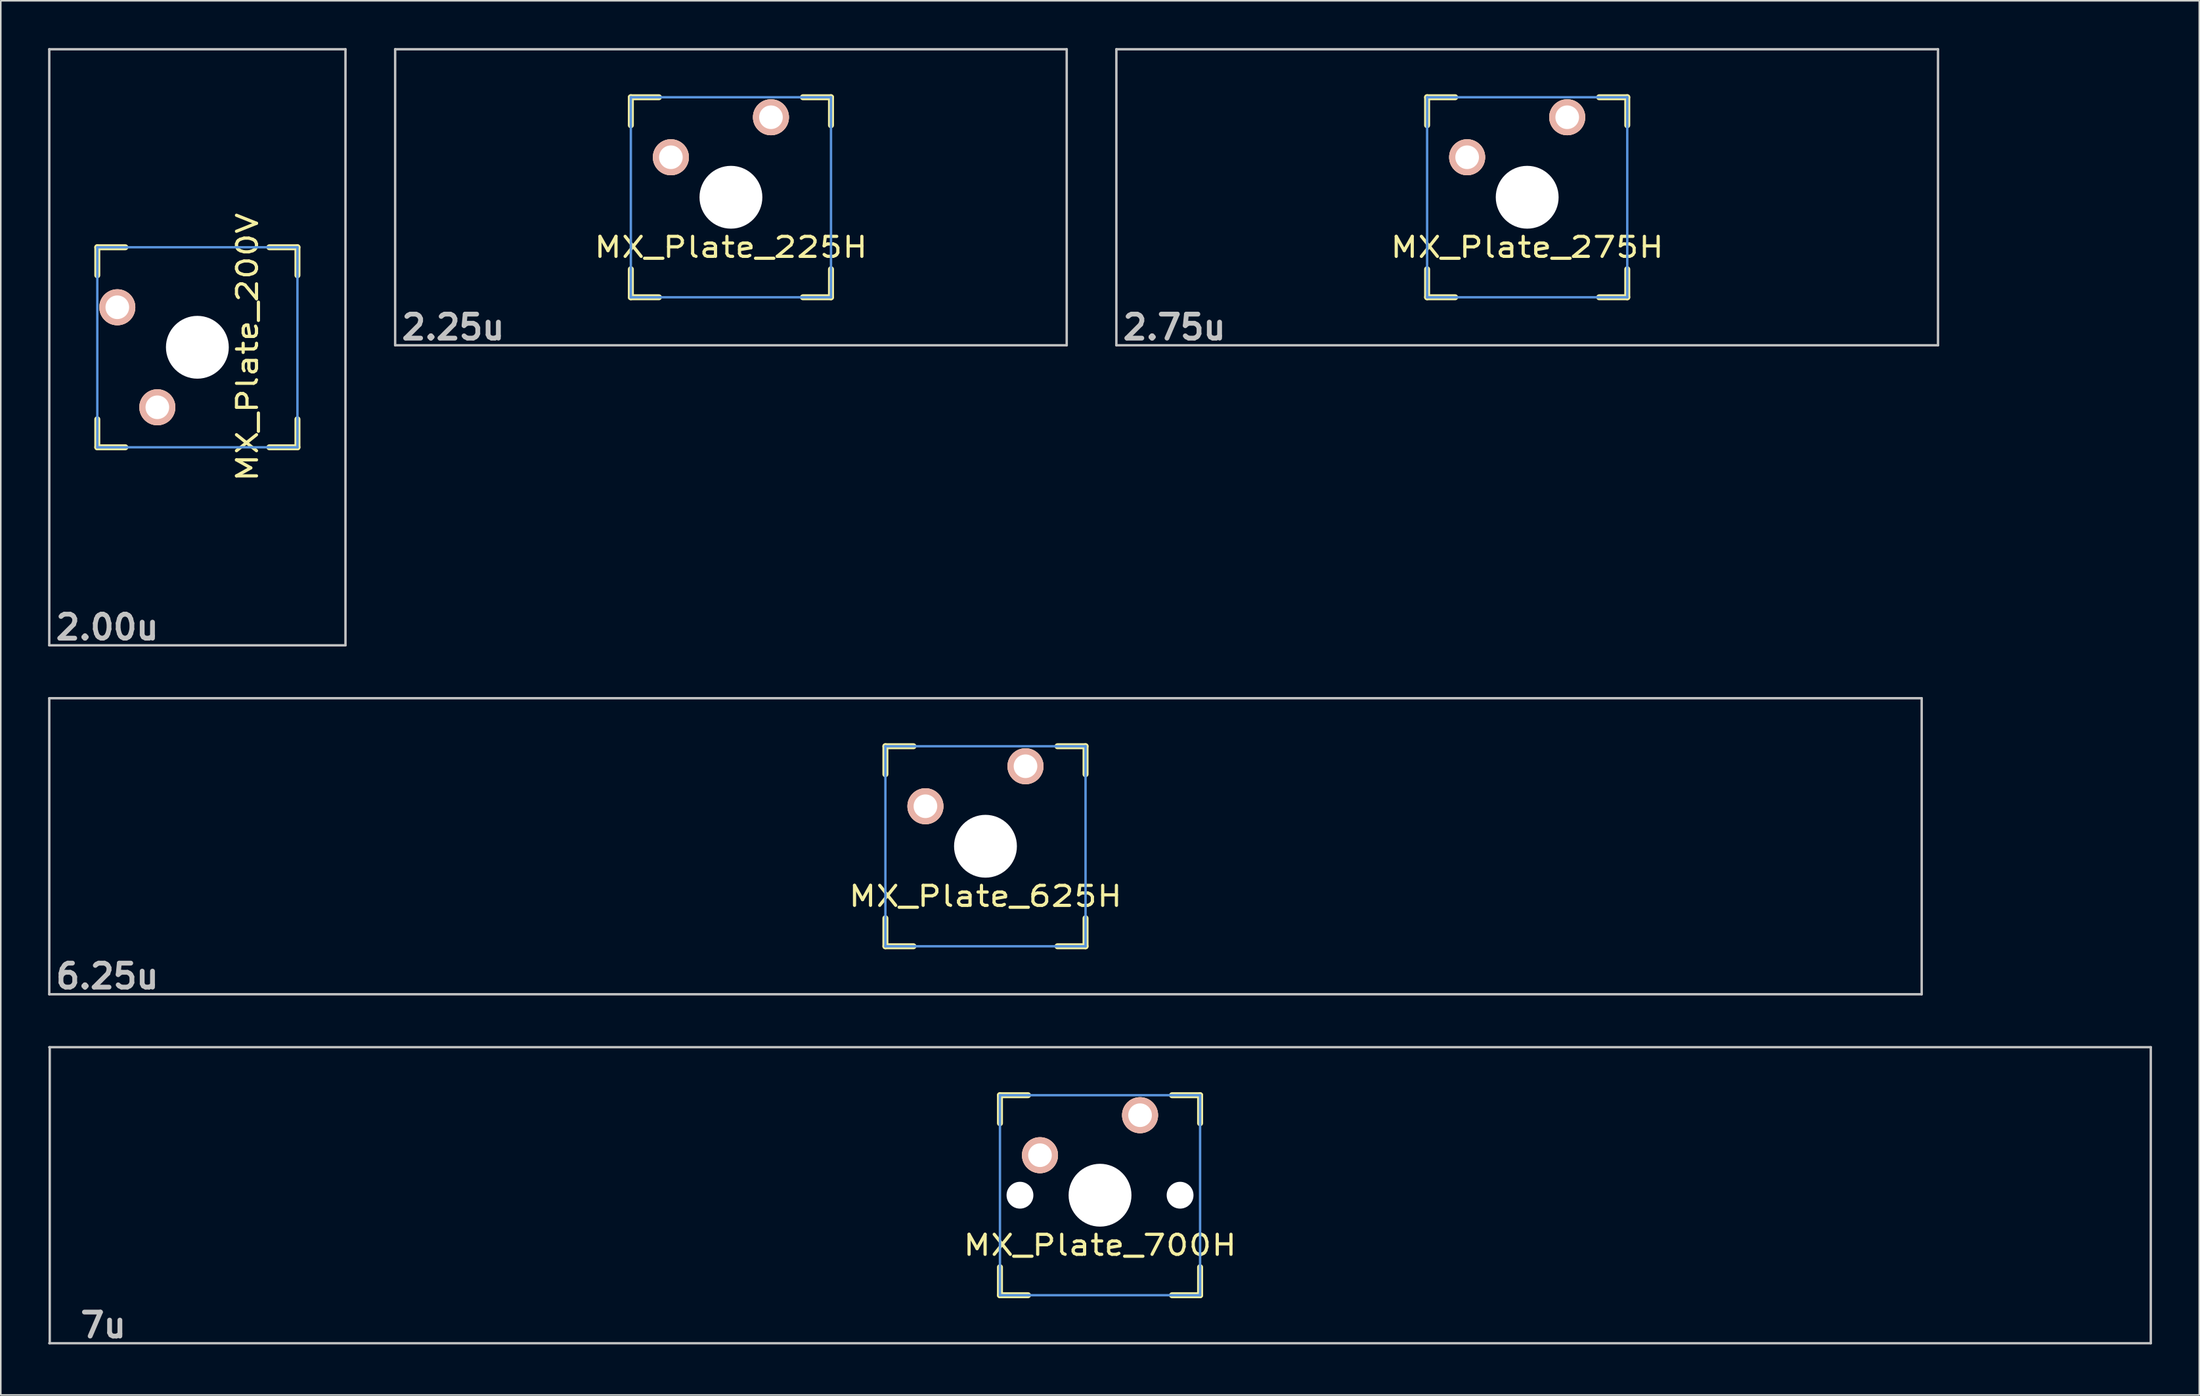
<source format=kicad_pcb>
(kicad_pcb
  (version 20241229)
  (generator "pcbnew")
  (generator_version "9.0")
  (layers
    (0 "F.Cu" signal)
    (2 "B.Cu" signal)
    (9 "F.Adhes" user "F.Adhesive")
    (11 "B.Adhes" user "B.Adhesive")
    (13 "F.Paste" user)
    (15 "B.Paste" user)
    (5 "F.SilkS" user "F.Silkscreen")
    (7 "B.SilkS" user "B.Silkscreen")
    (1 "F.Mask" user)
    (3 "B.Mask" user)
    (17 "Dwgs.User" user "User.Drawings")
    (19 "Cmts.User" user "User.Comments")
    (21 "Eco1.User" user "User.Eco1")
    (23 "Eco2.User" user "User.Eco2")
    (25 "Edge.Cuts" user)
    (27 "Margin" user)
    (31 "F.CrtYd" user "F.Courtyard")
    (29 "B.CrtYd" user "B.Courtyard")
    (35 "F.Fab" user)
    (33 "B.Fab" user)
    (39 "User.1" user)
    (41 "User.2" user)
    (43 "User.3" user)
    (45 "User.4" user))
  (footprint "MX_Plate_700H"
    (layer "F.Cu")
    (at 66.751 72.836)
    (property "Reference" "MX_Plate_700H" (at 0 3.175 0) (layer "F.SilkS") (effects (font (size 1.27 1.524) (thickness 0.203))))
    (attr through_hole)
    (fp_line (start -6.35 -6.35) (end -4.572 -6.35) (stroke (width 0.381) (type solid)) (layer "F.SilkS"))
    (fp_line (start -6.35 -4.572) (end -6.35 -6.35) (stroke (width 0.381) (type solid)) (layer "F.SilkS"))
    (fp_line (start -6.35 6.35) (end -6.35 4.572) (stroke (width 0.381) (type solid)) (layer "F.SilkS"))
    (fp_line (start -4.572 6.35) (end -6.35 6.35) (stroke (width 0.381) (type solid)) (layer "F.SilkS"))
    (fp_line (start 4.572 -6.35) (end 6.35 -6.35) (stroke (width 0.381) (type solid)) (layer "F.SilkS"))
    (fp_line (start 6.35 -6.35) (end 6.35 -4.572) (stroke (width 0.381) (type solid)) (layer "F.SilkS"))
    (fp_line (start 6.35 4.572) (end 6.35 6.35) (stroke (width 0.381) (type solid)) (layer "F.SilkS"))
    (fp_line (start 6.35 6.35) (end 4.572 6.35) (stroke (width 0.381) (type solid)) (layer "F.SilkS"))
    (fp_line (start -66.675 -9.398) (end 66.675 -9.398) (stroke (width 0.152) (type solid)) (layer "Dwgs.User"))
    (fp_line (start -66.645 9.398) (end -66.645 -9.398) (stroke (width 0.152) (type solid)) (layer "Dwgs.User"))
    (fp_line (start 66.675 -9.398) (end 66.675 9.398) (stroke (width 0.152) (type solid)) (layer "Dwgs.User"))
    (fp_line (start 66.675 9.398) (end -66.675 9.398) (stroke (width 0.152) (type solid)) (layer "Dwgs.User"))
    (fp_line (start -6.35 -6.35) (end 6.35 -6.35) (stroke (width 0.152) (type solid)) (layer "Cmts.User"))
    (fp_line (start -6.35 6.35) (end -6.35 -6.35) (stroke (width 0.152) (type solid)) (layer "Cmts.User"))
    (fp_line (start 6.35 -6.35) (end 6.35 6.35) (stroke (width 0.152) (type solid)) (layer "Cmts.User"))
    (fp_line (start 6.35 6.35) (end -6.35 6.35) (stroke (width 0.152) (type solid)) (layer "Cmts.User"))
    (fp_text user "7u" (at -63.246 8.255 0) (layer "Dwgs.User") (effects (font (size 1.524 1.524) (thickness 0.305))))
    (pad "" np_thru_hole circle (at -5.08 0) (size 1.702 1.702) (drill 1.702) (layers "*.Cu"))
    (pad "" np_thru_hole circle (at 0 0) (size 3.988 3.988) (drill 3.988) (layers "*.Cu"))
    (pad "" np_thru_hole circle (at 5.08 0) (size 1.702 1.702) (drill 1.702) (layers "*.Cu"))
    (pad "1" thru_hole circle (at 2.54 -5.08) (size 2.286 2.286) (drill 1.499) (layers "*.Cu" "*.SilkS" "*.Mask"))
    (pad "2" thru_hole circle (at -3.81 -2.54) (size 2.286 2.286) (drill 1.499) (layers "*.Cu" "*.SilkS" "*.Mask")))
  (footprint "MX_Plate_275H"
    (layer "F.Cu")
    (at 93.856 9.474)
    (property "Reference" "MX_Plate_275H" (at 0 3.175 0) (layer "F.SilkS") (effects (font (size 1.27 1.524) (thickness 0.203))))
    (attr through_hole)
    (fp_line (start -6.35 -6.35) (end -4.572 -6.35) (stroke (width 0.381) (type solid)) (layer "F.SilkS"))
    (fp_line (start -6.35 -4.572) (end -6.35 -6.35) (stroke (width 0.381) (type solid)) (layer "F.SilkS"))
    (fp_line (start -6.35 6.35) (end -6.35 4.572) (stroke (width 0.381) (type solid)) (layer "F.SilkS"))
    (fp_line (start -4.572 6.35) (end -6.35 6.35) (stroke (width 0.381) (type solid)) (layer "F.SilkS"))
    (fp_line (start 4.572 -6.35) (end 6.35 -6.35) (stroke (width 0.381) (type solid)) (layer "F.SilkS"))
    (fp_line (start 6.35 -6.35) (end 6.35 -4.572) (stroke (width 0.381) (type solid)) (layer "F.SilkS"))
    (fp_line (start 6.35 4.572) (end 6.35 6.35) (stroke (width 0.381) (type solid)) (layer "F.SilkS"))
    (fp_line (start 6.35 6.35) (end 4.572 6.35) (stroke (width 0.381) (type solid)) (layer "F.SilkS"))
    (fp_line (start -26.068 -9.398) (end 26.068 -9.398) (stroke (width 0.152) (type solid)) (layer "Dwgs.User"))
    (fp_line (start -26.068 9.398) (end -26.068 -9.398) (stroke (width 0.152) (type solid)) (layer "Dwgs.User"))
    (fp_line (start 26.068 -9.398) (end 26.068 9.398) (stroke (width 0.152) (type solid)) (layer "Dwgs.User"))
    (fp_line (start 26.068 9.398) (end -26.068 9.398) (stroke (width 0.152) (type solid)) (layer "Dwgs.User"))
    (fp_line (start -6.35 -6.35) (end 6.35 -6.35) (stroke (width 0.152) (type solid)) (layer "Cmts.User"))
    (fp_line (start -6.35 6.35) (end -6.35 -6.35) (stroke (width 0.152) (type solid)) (layer "Cmts.User"))
    (fp_line (start 6.35 -6.35) (end 6.35 6.35) (stroke (width 0.152) (type solid)) (layer "Cmts.User"))
    (fp_line (start 6.35 6.35) (end -6.35 6.35) (stroke (width 0.152) (type solid)) (layer "Cmts.User"))
    (fp_text user "2.75u" (at -22.385 8.255 0) (layer "Dwgs.User") (effects (font (size 1.524 1.524) (thickness 0.305))))
    (pad "" np_thru_hole circle (at 0 0) (size 3.988 3.988) (drill 3.988) (layers "*.Cu"))
    (pad "1" thru_hole circle (at 2.54 -5.08) (size 2.286 2.286) (drill 1.499) (layers "*.Cu" "*.SilkS" "*.Mask"))
    (pad "2" thru_hole circle (at -3.81 -2.54) (size 2.286 2.286) (drill 1.499) (layers "*.Cu" "*.SilkS" "*.Mask")))
  (footprint "MX_Plate_225H"
    (layer "F.Cu")
    (at 43.33 9.474)
    (property "Reference" "MX_Plate_225H" (at 0 3.175 0) (layer "F.SilkS") (effects (font (size 1.27 1.524) (thickness 0.203))))
    (attr through_hole)
    (fp_line (start -6.35 -6.35) (end -4.572 -6.35) (stroke (width 0.381) (type solid)) (layer "F.SilkS"))
    (fp_line (start -6.35 -4.572) (end -6.35 -6.35) (stroke (width 0.381) (type solid)) (layer "F.SilkS"))
    (fp_line (start -6.35 6.35) (end -6.35 4.572) (stroke (width 0.381) (type solid)) (layer "F.SilkS"))
    (fp_line (start -4.572 6.35) (end -6.35 6.35) (stroke (width 0.381) (type solid)) (layer "F.SilkS"))
    (fp_line (start 4.572 -6.35) (end 6.35 -6.35) (stroke (width 0.381) (type solid)) (layer "F.SilkS"))
    (fp_line (start 6.35 -6.35) (end 6.35 -4.572) (stroke (width 0.381) (type solid)) (layer "F.SilkS"))
    (fp_line (start 6.35 4.572) (end 6.35 6.35) (stroke (width 0.381) (type solid)) (layer "F.SilkS"))
    (fp_line (start 6.35 6.35) (end 4.572 6.35) (stroke (width 0.381) (type solid)) (layer "F.SilkS"))
    (fp_line (start -21.306 -9.398) (end 21.306 -9.398) (stroke (width 0.152) (type solid)) (layer "Dwgs.User"))
    (fp_line (start -21.306 9.398) (end -21.306 -9.398) (stroke (width 0.152) (type solid)) (layer "Dwgs.User"))
    (fp_line (start 21.306 -9.398) (end 21.306 9.398) (stroke (width 0.152) (type solid)) (layer "Dwgs.User"))
    (fp_line (start 21.306 9.398) (end -21.306 9.398) (stroke (width 0.152) (type solid)) (layer "Dwgs.User"))
    (fp_line (start -6.35 -6.35) (end 6.35 -6.35) (stroke (width 0.152) (type solid)) (layer "Cmts.User"))
    (fp_line (start -6.35 6.35) (end -6.35 -6.35) (stroke (width 0.152) (type solid)) (layer "Cmts.User"))
    (fp_line (start 6.35 -6.35) (end 6.35 6.35) (stroke (width 0.152) (type solid)) (layer "Cmts.User"))
    (fp_line (start 6.35 6.35) (end -6.35 6.35) (stroke (width 0.152) (type solid)) (layer "Cmts.User"))
    (fp_text user "2.25u" (at -17.623 8.255 0) (layer "Dwgs.User") (effects (font (size 1.524 1.524) (thickness 0.305))))
    (pad "" np_thru_hole circle (at 0 0) (size 3.988 3.988) (drill 3.988) (layers "*.Cu"))
    (pad "1" thru_hole circle (at 2.54 -5.08) (size 2.286 2.286) (drill 1.499) (layers "*.Cu" "*.SilkS" "*.Mask"))
    (pad "2" thru_hole circle (at -3.81 -2.54) (size 2.286 2.286) (drill 1.499) (layers "*.Cu" "*.SilkS" "*.Mask")))
  (footprint "MX_Plate_200V"
    (layer "F.Cu")
    (at 9.474 18.999)
    (property "Reference" "MX_Plate_200V" (at 3.175 0 90) (layer "F.SilkS") (effects (font (size 1.27 1.524) (thickness 0.203))))
    (attr through_hole)
    (fp_line (start -6.35 -6.35) (end -4.572 -6.35) (stroke (width 0.381) (type solid)) (layer "F.SilkS"))
    (fp_line (start -6.35 -4.572) (end -6.35 -6.35) (stroke (width 0.381) (type solid)) (layer "F.SilkS"))
    (fp_line (start -6.35 6.35) (end -6.35 4.572) (stroke (width 0.381) (type solid)) (layer "F.SilkS"))
    (fp_line (start -4.572 6.35) (end -6.35 6.35) (stroke (width 0.381) (type solid)) (layer "F.SilkS"))
    (fp_line (start 4.572 -6.35) (end 6.35 -6.35) (stroke (width 0.381) (type solid)) (layer "F.SilkS"))
    (fp_line (start 6.35 -6.35) (end 6.35 -4.572) (stroke (width 0.381) (type solid)) (layer "F.SilkS"))
    (fp_line (start 6.35 4.572) (end 6.35 6.35) (stroke (width 0.381) (type solid)) (layer "F.SilkS"))
    (fp_line (start 6.35 6.35) (end 4.572 6.35) (stroke (width 0.381) (type solid)) (layer "F.SilkS"))
    (fp_line (start -9.398 -18.923) (end 9.398 -18.923) (stroke (width 0.152) (type solid)) (layer "Dwgs.User"))
    (fp_line (start -9.398 18.923) (end -9.398 -18.923) (stroke (width 0.152) (type solid)) (layer "Dwgs.User"))
    (fp_line (start 9.398 -18.923) (end 9.398 18.923) (stroke (width 0.152) (type solid)) (layer "Dwgs.User"))
    (fp_line (start 9.398 18.923) (end -9.398 18.923) (stroke (width 0.152) (type solid)) (layer "Dwgs.User"))
    (fp_line (start -6.35 -6.35) (end 6.35 -6.35) (stroke (width 0.152) (type solid)) (layer "Cmts.User"))
    (fp_line (start -6.35 6.35) (end -6.35 -6.35) (stroke (width 0.152) (type solid)) (layer "Cmts.User"))
    (fp_line (start 6.35 -6.35) (end 6.35 6.35) (stroke (width 0.152) (type solid)) (layer "Cmts.User"))
    (fp_line (start 6.35 6.35) (end -6.35 6.35) (stroke (width 0.152) (type solid)) (layer "Cmts.User"))
    (fp_text user "2.00u" (at -5.715 17.78 0) (layer "Dwgs.User") (effects (font (size 1.524 1.524) (thickness 0.305))))
    (pad "" np_thru_hole circle (at 0 0 90) (size 3.988 3.988) (drill 3.988) (layers "*.Cu"))
    (pad "1" thru_hole circle (at -5.08 -2.54 90) (size 2.286 2.286) (drill 1.499) (layers "*.Cu" "*.SilkS" "*.Mask"))
    (pad "2" thru_hole circle (at -2.54 3.81 90) (size 2.286 2.286) (drill 1.499) (layers "*.Cu" "*.SilkS" "*.Mask")))
  (footprint "MX_Plate_625H"
    (layer "F.Cu")
    (at 59.482 50.68)
    (property "Reference" "MX_Plate_625H" (at 0 3.175 0) (layer "F.SilkS") (effects (font (size 1.27 1.524) (thickness 0.203))))
    (attr through_hole)
    (fp_line (start -6.35 -6.35) (end -4.572 -6.35) (stroke (width 0.381) (type solid)) (layer "F.SilkS"))
    (fp_line (start -6.35 -4.572) (end -6.35 -6.35) (stroke (width 0.381) (type solid)) (layer "F.SilkS"))
    (fp_line (start -6.35 6.35) (end -6.35 4.572) (stroke (width 0.381) (type solid)) (layer "F.SilkS"))
    (fp_line (start -4.572 6.35) (end -6.35 6.35) (stroke (width 0.381) (type solid)) (layer "F.SilkS"))
    (fp_line (start 4.572 -6.35) (end 6.35 -6.35) (stroke (width 0.381) (type solid)) (layer "F.SilkS"))
    (fp_line (start 6.35 -6.35) (end 6.35 -4.572) (stroke (width 0.381) (type solid)) (layer "F.SilkS"))
    (fp_line (start 6.35 4.572) (end 6.35 6.35) (stroke (width 0.381) (type solid)) (layer "F.SilkS"))
    (fp_line (start 6.35 6.35) (end 4.572 6.35) (stroke (width 0.381) (type solid)) (layer "F.SilkS"))
    (fp_line (start -59.406 -9.398) (end 59.406 -9.398) (stroke (width 0.152) (type solid)) (layer "Dwgs.User"))
    (fp_line (start -59.406 9.398) (end -59.406 -9.398) (stroke (width 0.152) (type solid)) (layer "Dwgs.User"))
    (fp_line (start 59.406 -9.398) (end 59.406 9.398) (stroke (width 0.152) (type solid)) (layer "Dwgs.User"))
    (fp_line (start 59.406 9.398) (end -59.406 9.398) (stroke (width 0.152) (type solid)) (layer "Dwgs.User"))
    (fp_line (start -6.35 -6.35) (end 6.35 -6.35) (stroke (width 0.152) (type solid)) (layer "Cmts.User"))
    (fp_line (start -6.35 6.35) (end -6.35 -6.35) (stroke (width 0.152) (type solid)) (layer "Cmts.User"))
    (fp_line (start 6.35 -6.35) (end 6.35 6.35) (stroke (width 0.152) (type solid)) (layer "Cmts.User"))
    (fp_line (start 6.35 6.35) (end -6.35 6.35) (stroke (width 0.152) (type solid)) (layer "Cmts.User"))
    (fp_text user "6.25u" (at -55.723 8.255 0) (layer "Dwgs.User") (effects (font (size 1.524 1.524) (thickness 0.305))))
    (pad "" np_thru_hole circle (at 0 0) (size 3.988 3.988) (drill 3.988) (layers "*.Cu"))
    (pad "1" thru_hole circle (at 2.54 -5.08) (size 2.286 2.286) (drill 1.499) (layers "*.Cu" "*.SilkS" "*.Mask"))
    (pad "2" thru_hole circle (at -3.81 -2.54) (size 2.286 2.286) (drill 1.499) (layers "*.Cu" "*.SilkS" "*.Mask")))
  (gr_rect
    (start -3 -3)
    (end 136.502 85.517)
    (stroke (width 0.1) (type default))
    (fill no)
    (layer "Edge.Cuts")))
</source>
